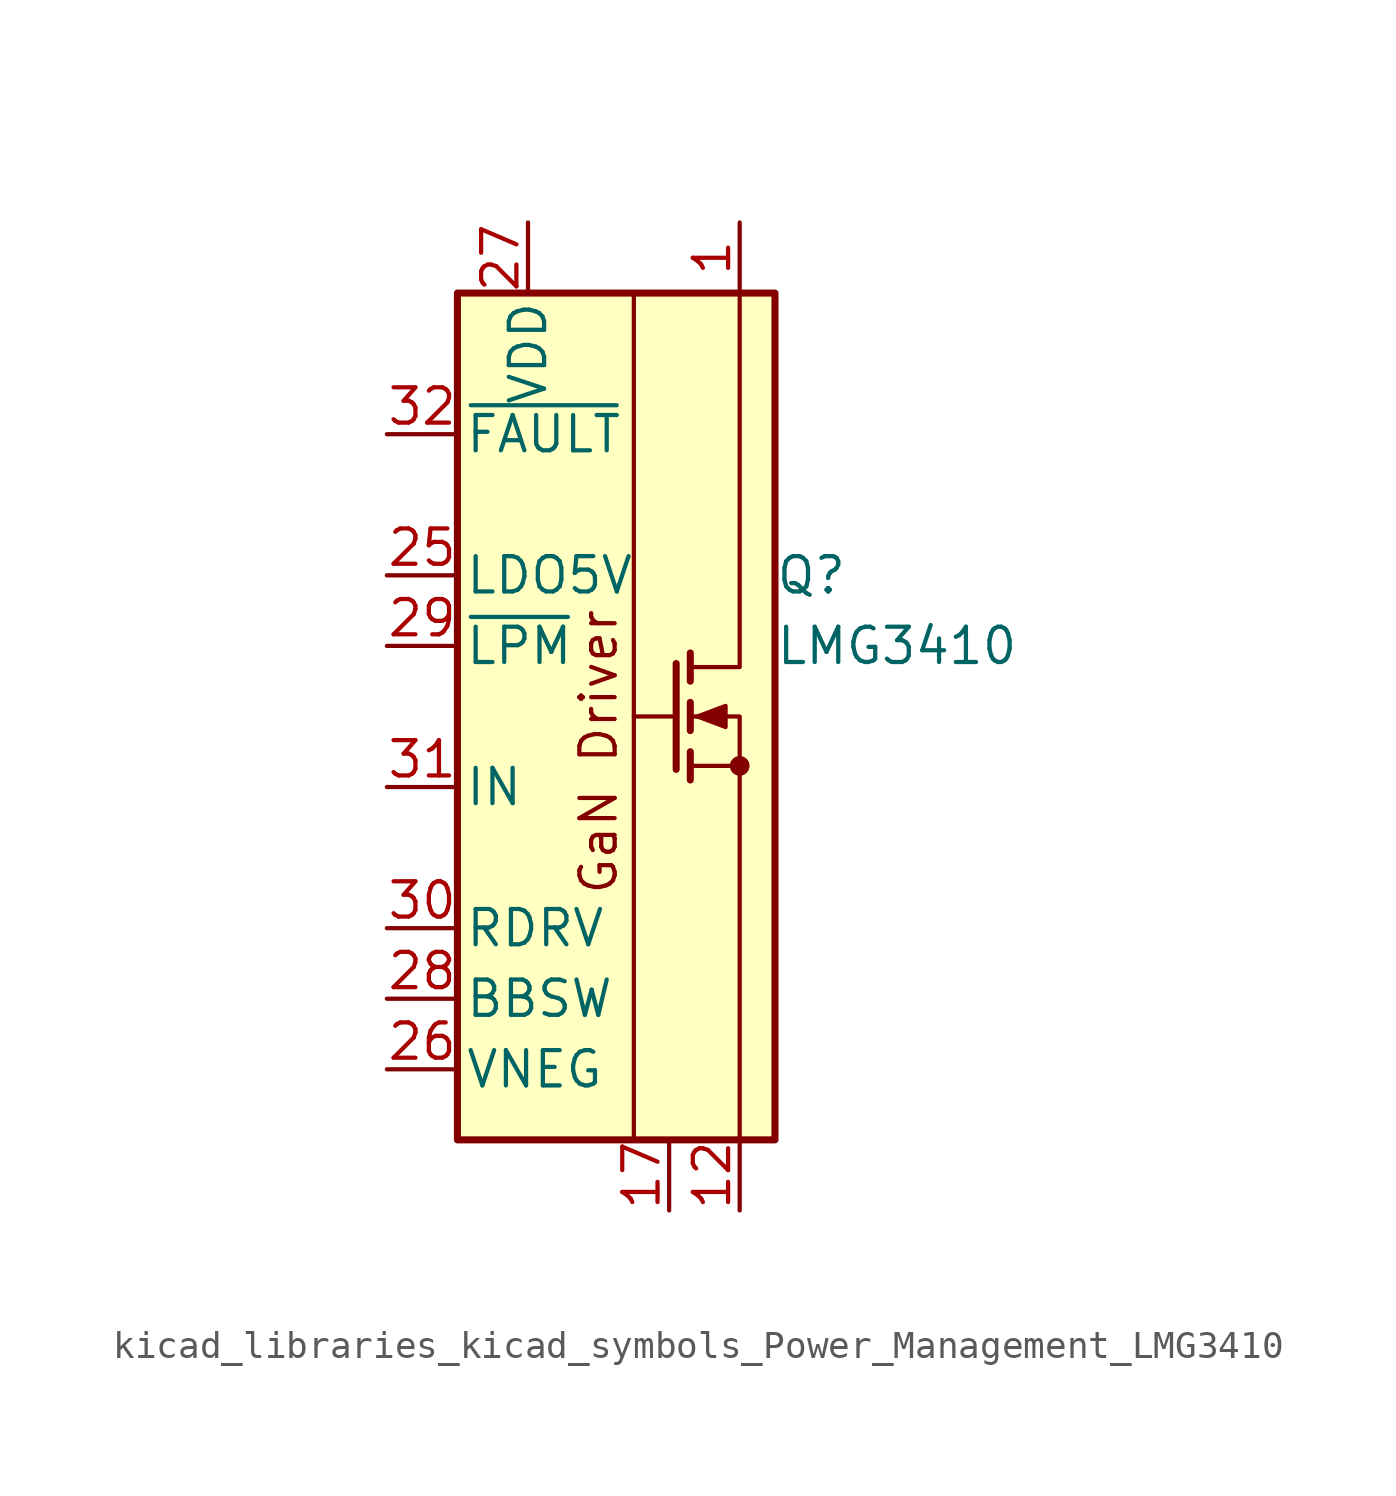
<source format=kicad_sym>
(kicad_symbol_lib
  (version 20220914)
  (generator kicad_symbol_editor)
  (symbol "kicad_libraries_kicad_symbols_Power_Management_LMG3410"
    (pin_names
      (offset 0.254))
    (property "Reference" "Q"
      (at 6.35 5.08 0)
      (effects (font (size 1.27 1.27)) (justify left)))
    (property "Value" "LMG3410"
      (at 6.35 2.54 0)
      (effects (font (size 1.27 1.27)) (justify left)))
    (symbol "kicad_libraries_kicad_symbols_Power_Management_LMG3410_0_1"
      (rectangle (start -5.08 15.24) (end 6.35 -15.24) (stroke (width 0.254) (type default)) (fill (type background)))
      (polyline (pts (xy 1.27 0) (xy 2.794 0)) (stroke (width 0) (type default)) (fill (type none)))
      (polyline (pts (xy 1.27 15.24) (xy 1.27 -15.24)) (stroke (width 0) (type default)) (fill (type none)))
      (polyline (pts (xy 3.302 -1.778) (xy 5.08 -1.778)) (stroke (width 0) (type default)) (fill (type none)))
      (polyline (pts (xy 3.302 -1.27) (xy 3.302 -2.286)) (stroke (width 0.254) (type default)) (fill (type none)))
      (polyline (pts (xy 3.302 0.508) (xy 3.302 -0.508)) (stroke (width 0.254) (type default)) (fill (type none)))
      (polyline (pts (xy 3.302 2.286) (xy 3.302 1.27)) (stroke (width 0.254) (type default)) (fill (type none)))
      (polyline (pts (xy 2.794 1.905) (xy 2.794 -1.905) (xy 2.794 -1.905)) (stroke (width 0.254) (type default)) (fill (type none)))
      (polyline (pts (xy 3.302 0) (xy 5.08 0) (xy 5.08 -15.24)) (stroke (width 0) (type default)) (fill (type none)))
      (polyline (pts (xy 5.08 15.24) (xy 5.08 1.778) (xy 3.302 1.778)) (stroke (width 0) (type default)) (fill (type none)))
      (polyline (pts (xy 3.556 0) (xy 4.572 0.381) (xy 4.572 -0.381) (xy 3.556 0)) (stroke (width 0) (type default)) (fill (type outline)))
      (circle (center 5.08 -1.778) (radius 0.279) (stroke (width 0) (type default)) (fill (type outline))))
    (symbol "kicad_libraries_kicad_symbols_Power_Management_LMG3410_1_0"
      (text "GaN Driver" (at 0 -1.27 900) (effects (font (size 1.27 1.27)))))
    (symbol "kicad_libraries_kicad_symbols_Power_Management_LMG3410_1_1"
      (pin passive line (at 5.08 17.78 270) (length 2.54) (name "~" (effects (font (size 1.27 1.27)))) (number "1" (effects (font (size 1.27 1.27)))))
      (pin passive line (at 5.08 17.78 270) (length 2.54) hide (name "~" (effects (font (size 1.27 1.27)))) (number "10" (effects (font (size 1.27 1.27)))))
      (pin passive line (at 5.08 17.78 270) (length 2.54) hide (name "~" (effects (font (size 1.27 1.27)))) (number "11" (effects (font (size 1.27 1.27)))))
      (pin passive line (at 5.08 -17.78 90) (length 2.54) (name "~" (effects (font (size 1.27 1.27)))) (number "12" (effects (font (size 1.27 1.27)))))
      (pin passive line (at 5.08 -17.78 90) (length 2.54) hide (name "~" (effects (font (size 1.27 1.27)))) (number "13" (effects (font (size 1.27 1.27)))))
      (pin passive line (at 5.08 -17.78 90) (length 2.54) hide (name "~" (effects (font (size 1.27 1.27)))) (number "14" (effects (font (size 1.27 1.27)))))
      (pin passive line (at 5.08 -17.78 90) (length 2.54) hide (name "~" (effects (font (size 1.27 1.27)))) (number "15" (effects (font (size 1.27 1.27)))))
      (pin passive line (at 5.08 -17.78 90) (length 2.54) hide (name "~" (effects (font (size 1.27 1.27)))) (number "16" (effects (font (size 1.27 1.27)))))
      (pin passive line (at 2.54 -17.78 90) (length 2.54) (name "~" (effects (font (size 1.27 1.27)))) (number "17" (effects (font (size 1.27 1.27)))))
      (pin passive line (at 5.08 -17.78 90) (length 2.54) hide (name "~" (effects (font (size 1.27 1.27)))) (number "18" (effects (font (size 1.27 1.27)))))
      (pin passive line (at 5.08 -17.78 90) (length 2.54) hide (name "~" (effects (font (size 1.27 1.27)))) (number "19" (effects (font (size 1.27 1.27)))))
      (pin passive line (at 5.08 17.78 270) (length 2.54) hide (name "~" (effects (font (size 1.27 1.27)))) (number "2" (effects (font (size 1.27 1.27)))))
      (pin passive line (at 5.08 -17.78 90) (length 2.54) hide (name "~" (effects (font (size 1.27 1.27)))) (number "20" (effects (font (size 1.27 1.27)))))
      (pin passive line (at 5.08 -17.78 90) (length 2.54) hide (name "~" (effects (font (size 1.27 1.27)))) (number "21" (effects (font (size 1.27 1.27)))))
      (pin passive line (at 5.08 -17.78 90) (length 2.54) hide (name "~" (effects (font (size 1.27 1.27)))) (number "22" (effects (font (size 1.27 1.27)))))
      (pin passive line (at 5.08 -17.78 90) (length 2.54) hide (name "~" (effects (font (size 1.27 1.27)))) (number "23" (effects (font (size 1.27 1.27)))))
      (pin passive line (at 5.08 -17.78 90) (length 2.54) hide (name "~" (effects (font (size 1.27 1.27)))) (number "24" (effects (font (size 1.27 1.27)))))
      (pin power_out line (at -7.62 5.08 0) (length 2.54) (name "LDO5V" (effects (font (size 1.27 1.27)))) (number "25" (effects (font (size 1.27 1.27)))))
      (pin power_in line (at -7.62 -12.7 0) (length 2.54) (name "VNEG" (effects (font (size 1.27 1.27)))) (number "26" (effects (font (size 1.27 1.27)))))
      (pin power_in line (at -2.54 17.78 270) (length 2.54) (name "VDD" (effects (font (size 1.27 1.27)))) (number "27" (effects (font (size 1.27 1.27)))))
      (pin passive line (at -7.62 -10.16 0) (length 2.54) (name "BBSW" (effects (font (size 1.27 1.27)))) (number "28" (effects (font (size 1.27 1.27)))))
      (pin input line (at -7.62 2.54 0) (length 2.54) (name "~{LPM}" (effects (font (size 1.27 1.27)))) (number "29" (effects (font (size 1.27 1.27)))))
      (pin passive line (at 5.08 17.78 270) (length 2.54) hide (name "~" (effects (font (size 1.27 1.27)))) (number "3" (effects (font (size 1.27 1.27)))))
      (pin passive line (at -7.62 -7.62 0) (length 2.54) (name "RDRV" (effects (font (size 1.27 1.27)))) (number "30" (effects (font (size 1.27 1.27)))))
      (pin input line (at -7.62 -2.54 0) (length 2.54) (name "IN" (effects (font (size 1.27 1.27)))) (number "31" (effects (font (size 1.27 1.27)))))
      (pin output line (at -7.62 10.16 0) (length 2.54) (name "~{FAULT}" (effects (font (size 1.27 1.27)))) (number "32" (effects (font (size 1.27 1.27)))))
      (pin passive line (at 5.08 -17.78 90) (length 2.54) hide (name "~" (effects (font (size 1.27 1.27)))) (number "33" (effects (font (size 1.27 1.27)))))
      (pin passive line (at 5.08 17.78 270) (length 2.54) hide (name "~" (effects (font (size 1.27 1.27)))) (number "4" (effects (font (size 1.27 1.27)))))
      (pin passive line (at 5.08 17.78 270) (length 2.54) hide (name "~" (effects (font (size 1.27 1.27)))) (number "5" (effects (font (size 1.27 1.27)))))
      (pin passive line (at 5.08 17.78 270) (length 2.54) hide (name "~" (effects (font (size 1.27 1.27)))) (number "6" (effects (font (size 1.27 1.27)))))
      (pin passive line (at 5.08 17.78 270) (length 2.54) hide (name "~" (effects (font (size 1.27 1.27)))) (number "7" (effects (font (size 1.27 1.27)))))
      (pin passive line (at 5.08 17.78 270) (length 2.54) hide (name "~" (effects (font (size 1.27 1.27)))) (number "8" (effects (font (size 1.27 1.27)))))
      (pin passive line (at 5.08 17.78 270) (length 2.54) hide (name "~" (effects (font (size 1.27 1.27)))) (number "9" (effects (font (size 1.27 1.27))))))))
</source>
